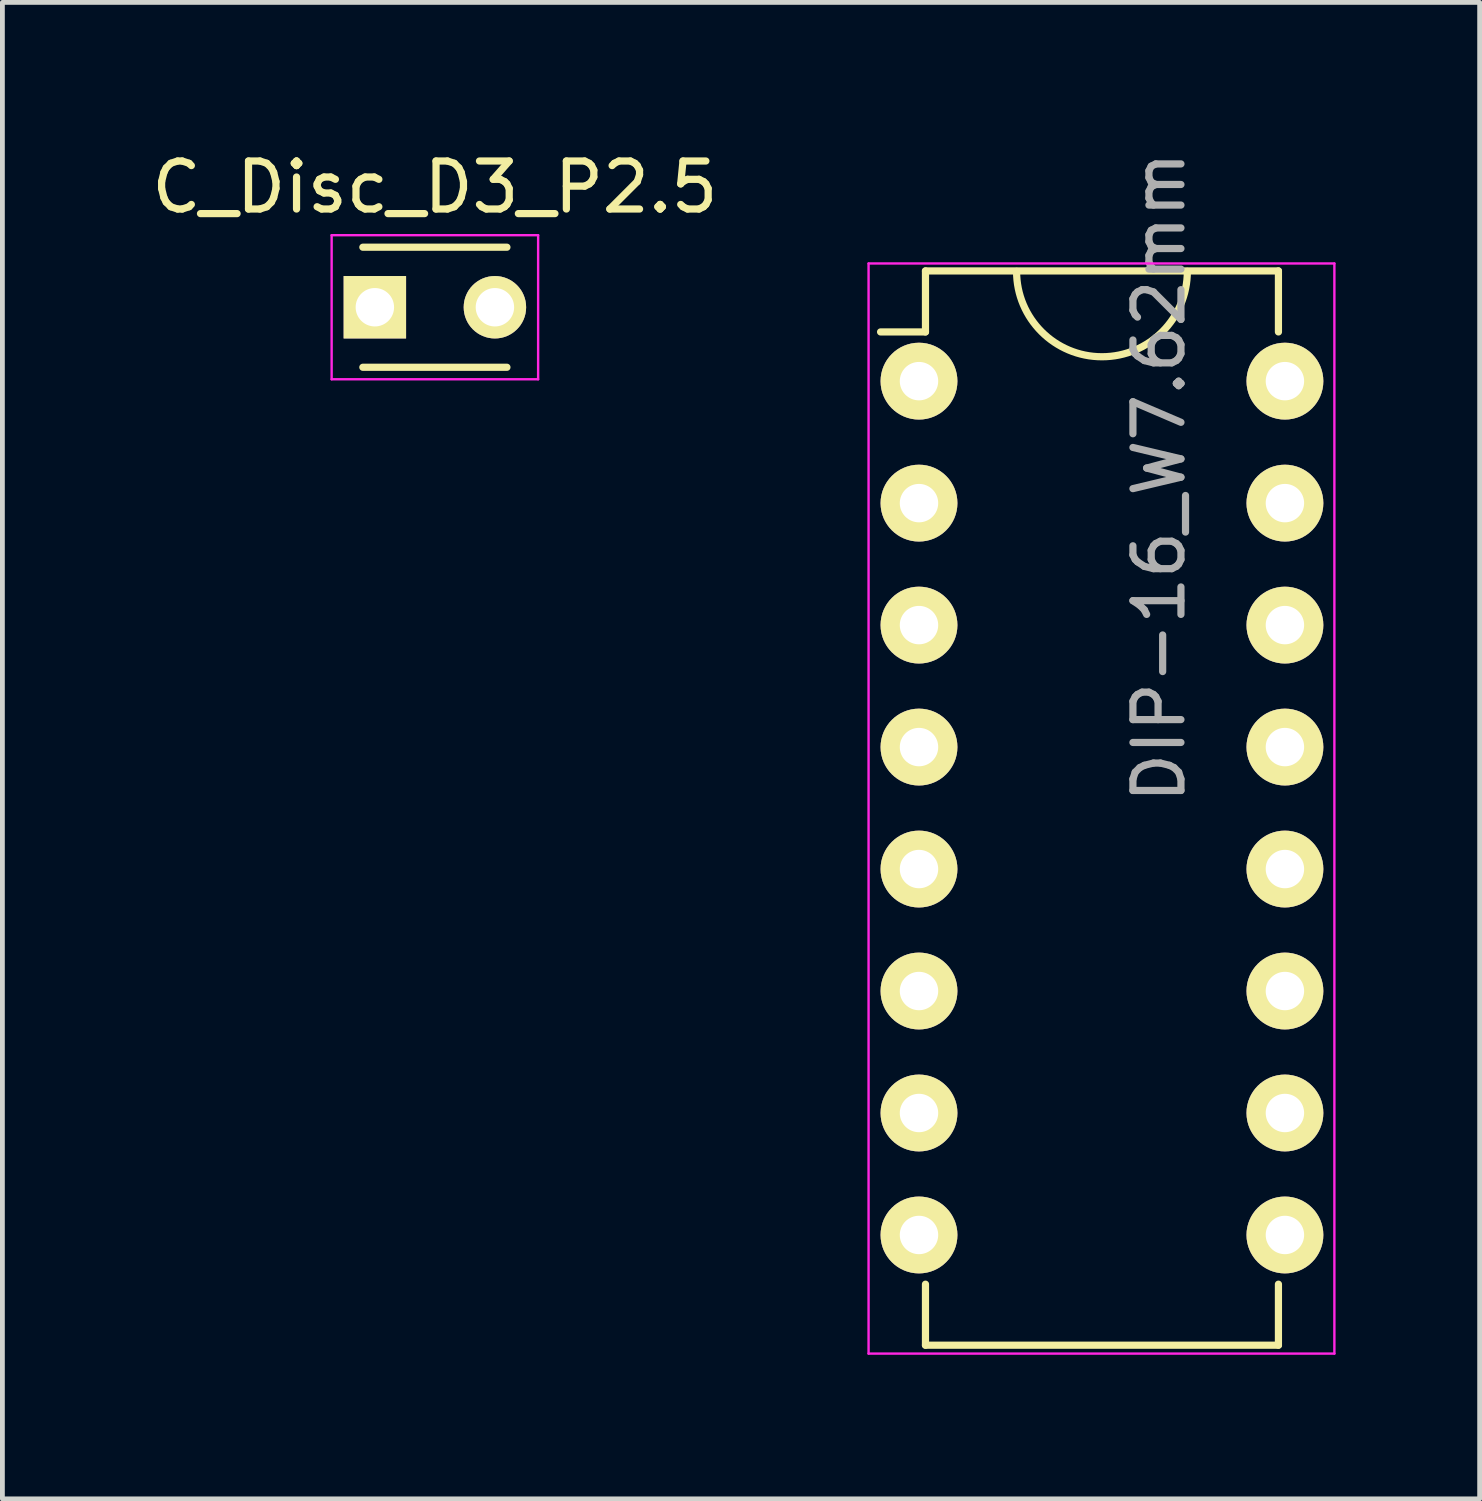
<source format=kicad_pcb>
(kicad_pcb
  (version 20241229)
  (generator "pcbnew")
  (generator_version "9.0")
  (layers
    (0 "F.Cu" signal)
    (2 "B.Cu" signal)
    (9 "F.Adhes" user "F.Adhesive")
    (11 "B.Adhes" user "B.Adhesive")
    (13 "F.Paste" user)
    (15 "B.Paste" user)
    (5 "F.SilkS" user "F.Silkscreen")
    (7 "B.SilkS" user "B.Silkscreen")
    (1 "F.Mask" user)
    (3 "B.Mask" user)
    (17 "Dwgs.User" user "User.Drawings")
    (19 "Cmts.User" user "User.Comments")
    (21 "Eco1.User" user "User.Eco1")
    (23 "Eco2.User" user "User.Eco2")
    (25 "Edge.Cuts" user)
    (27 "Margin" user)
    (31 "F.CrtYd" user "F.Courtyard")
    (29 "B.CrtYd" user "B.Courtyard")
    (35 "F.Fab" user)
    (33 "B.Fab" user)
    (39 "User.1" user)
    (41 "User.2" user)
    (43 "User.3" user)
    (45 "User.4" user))
  (footprint "C_Disc_D3_P2.5"
    (layer "F.Cu")
    (at 4.756 3.348)
    (property "Reference" "C_Disc_D3_P2.5" (at 1.25 -2.5 0) (layer "F.SilkS") (effects (font (size 1 1) (thickness 0.15))))
    (attr through_hole)
    (fp_line (start -0.25 -1.25) (end 2.75 -1.25) (stroke (width 0.15) (type solid)) (layer "F.SilkS"))
    (fp_line (start 2.75 1.25) (end -0.25 1.25) (stroke (width 0.15) (type solid)) (layer "F.SilkS"))
    (fp_line (start -0.9 -1.5) (end 3.4 -1.5) (stroke (width 0.05) (type solid)) (layer "F.CrtYd"))
    (fp_line (start -0.9 1.5) (end -0.9 -1.5) (stroke (width 0.05) (type solid)) (layer "F.CrtYd"))
    (fp_line (start 3.4 -1.5) (end 3.4 1.5) (stroke (width 0.05) (type solid)) (layer "F.CrtYd"))
    (fp_line (start 3.4 1.5) (end -0.9 1.5) (stroke (width 0.05) (type solid)) (layer "F.CrtYd"))
    (pad "1" thru_hole rect (at 0 0) (size 1.3 1.3) (drill 0.8) (layers "*.Cu" "*.Mask" "F.SilkS"))
    (pad "2" thru_hole circle (at 2.5 0) (size 1.3 1.3) (drill 0.8) (layers "*.Cu" "*.Mask" "F.SilkS")))
  (footprint "DIP-16_W7.62mm"
    (layer "F.Cu")
    (at 16.087 4.887)
    (property "Reference" "DIP-16_W7.62mm" (at 5 2 90) (layer "F.Fab") (effects (font (size 1 1) (thickness 0.15))))
    (attr through_hole)
    (fp_line (start 0.135 -2.295) (end 0.135 -1.025) (stroke (width 0.15) (type solid)) (layer "F.SilkS"))
    (fp_line (start 0.135 -2.295) (end 7.485 -2.295) (stroke (width 0.15) (type solid)) (layer "F.SilkS"))
    (fp_line (start 0.135 -1.025) (end -0.8 -1.025) (stroke (width 0.15) (type solid)) (layer "F.SilkS"))
    (fp_line (start 0.135 20.075) (end 0.135 18.805) (stroke (width 0.15) (type solid)) (layer "F.SilkS"))
    (fp_line (start 0.135 20.075) (end 7.485 20.075) (stroke (width 0.15) (type solid)) (layer "F.SilkS"))
    (fp_line (start 7.485 -2.295) (end 7.485 -1.025) (stroke (width 0.15) (type solid)) (layer "F.SilkS"))
    (fp_line (start 7.485 20.075) (end 7.485 18.805) (stroke (width 0.15) (type solid)) (layer "F.SilkS"))
    (fp_arc (start 5.588 -2.286) (mid 3.81 -0.508) (end 2.032 -2.286) (stroke (width 0.15) (type solid)) (layer "F.SilkS"))
    (fp_line (start -1.05 -2.45) (end -1.05 20.25) (stroke (width 0.05) (type solid)) (layer "F.CrtYd"))
    (fp_line (start -1.05 -2.45) (end 8.65 -2.45) (stroke (width 0.05) (type solid)) (layer "F.CrtYd"))
    (fp_line (start -1.05 20.25) (end 8.65 20.25) (stroke (width 0.05) (type solid)) (layer "F.CrtYd"))
    (fp_line (start 8.65 -2.45) (end 8.65 20.25) (stroke (width 0.05) (type solid)) (layer "F.CrtYd"))
    (pad "1" thru_hole oval (at 0 0) (size 1.6 1.6) (drill 0.8) (layers "*.Cu" "*.Mask" "F.SilkS"))
    (pad "2" thru_hole oval (at 0 2.54) (size 1.6 1.6) (drill 0.8) (layers "*.Cu" "*.Mask" "F.SilkS"))
    (pad "3" thru_hole oval (at 0 5.08) (size 1.6 1.6) (drill 0.8) (layers "*.Cu" "*.Mask" "F.SilkS"))
    (pad "4" thru_hole oval (at 0 7.62) (size 1.6 1.6) (drill 0.8) (layers "*.Cu" "*.Mask" "F.SilkS"))
    (pad "5" thru_hole oval (at 0 10.16) (size 1.6 1.6) (drill 0.8) (layers "*.Cu" "*.Mask" "F.SilkS"))
    (pad "6" thru_hole oval (at 0 12.7) (size 1.6 1.6) (drill 0.8) (layers "*.Cu" "*.Mask" "F.SilkS"))
    (pad "7" thru_hole oval (at 0 15.24) (size 1.6 1.6) (drill 0.8) (layers "*.Cu" "*.Mask" "F.SilkS"))
    (pad "8" thru_hole oval (at 0 17.78) (size 1.6 1.6) (drill 0.8) (layers "*.Cu" "*.Mask" "F.SilkS"))
    (pad "9" thru_hole oval (at 7.62 17.78) (size 1.6 1.6) (drill 0.8) (layers "*.Cu" "*.Mask" "F.SilkS"))
    (pad "10" thru_hole oval (at 7.62 15.24) (size 1.6 1.6) (drill 0.8) (layers "*.Cu" "*.Mask" "F.SilkS"))
    (pad "11" thru_hole oval (at 7.62 12.7) (size 1.6 1.6) (drill 0.8) (layers "*.Cu" "*.Mask" "F.SilkS"))
    (pad "12" thru_hole oval (at 7.62 10.16) (size 1.6 1.6) (drill 0.8) (layers "*.Cu" "*.Mask" "F.SilkS"))
    (pad "13" thru_hole oval (at 7.62 7.62) (size 1.6 1.6) (drill 0.8) (layers "*.Cu" "*.Mask" "F.SilkS"))
    (pad "14" thru_hole oval (at 7.62 5.08) (size 1.6 1.6) (drill 0.8) (layers "*.Cu" "*.Mask" "F.SilkS"))
    (pad "15" thru_hole oval (at 7.62 2.54) (size 1.6 1.6) (drill 0.8) (layers "*.Cu" "*.Mask" "F.SilkS"))
    (pad "16" thru_hole oval (at 7.62 0) (size 1.6 1.6) (drill 0.8) (layers "*.Cu" "*.Mask" "F.SilkS")))
  (gr_rect
    (start -3 -3)
    (end 27.762 28.162)
    (stroke (width 0.1) (type default))
    (fill no)
    (layer "Edge.Cuts")))
</source>
